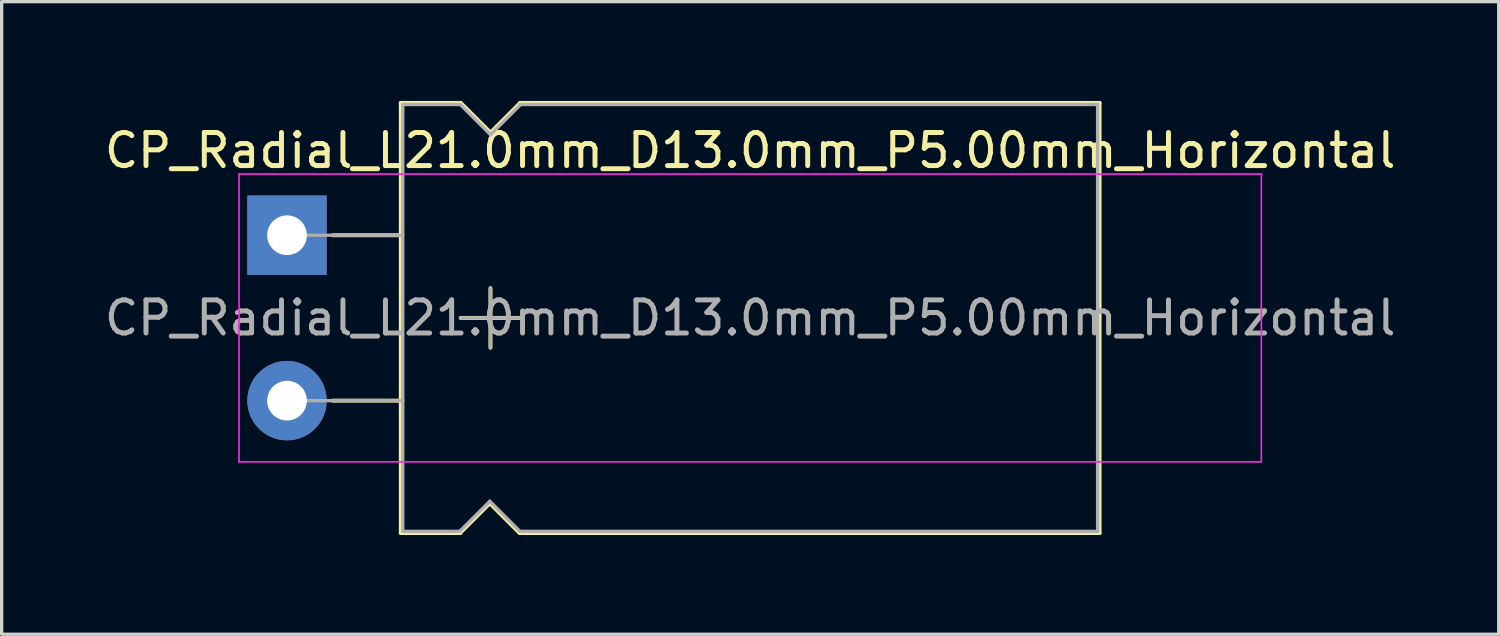
<source format=kicad_pcb>
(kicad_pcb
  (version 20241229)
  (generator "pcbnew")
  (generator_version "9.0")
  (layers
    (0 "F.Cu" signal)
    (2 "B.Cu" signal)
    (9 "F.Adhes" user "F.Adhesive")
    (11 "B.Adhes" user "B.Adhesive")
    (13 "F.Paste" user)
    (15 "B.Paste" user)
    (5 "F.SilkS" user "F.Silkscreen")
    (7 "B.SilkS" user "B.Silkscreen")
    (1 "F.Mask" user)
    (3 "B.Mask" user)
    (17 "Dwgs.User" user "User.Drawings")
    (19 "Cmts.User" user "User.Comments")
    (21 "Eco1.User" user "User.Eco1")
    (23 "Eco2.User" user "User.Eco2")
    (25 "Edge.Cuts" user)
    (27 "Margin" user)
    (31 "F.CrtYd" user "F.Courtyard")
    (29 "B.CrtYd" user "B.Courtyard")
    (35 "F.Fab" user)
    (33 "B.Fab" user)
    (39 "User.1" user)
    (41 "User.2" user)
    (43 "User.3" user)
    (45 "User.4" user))
  (footprint "CP_Radial_L21.0mm_D13.0mm_P5.00mm_Horizontal"
    (layer "F.Cu")
    (at 5.625 6.56)
    (property "Reference" "CP_Radial_L21.0mm_D13.0mm_P5.00mm_Horizontal" (at 14 -5.06 0) (layer "F.SilkS") (effects (font (size 1 1) (thickness 0.15))))
    (attr through_hole)
    (fp_line (start 1.38 -2.5) (end 3.44 -2.5) (stroke (width 0.12) (type solid)) (layer "F.SilkS"))
    (fp_line (start 1.38 2.5) (end 3.44 2.5) (stroke (width 0.12) (type solid)) (layer "F.SilkS"))
    (fp_line (start 3.44 -6.5) (end 3.44 6.5) (stroke (width 0.12) (type solid)) (layer "F.SilkS"))
    (fp_line (start 3.44 -6.5) (end 5.24 -6.5) (stroke (width 0.12) (type solid)) (layer "F.SilkS"))
    (fp_line (start 3.44 6.5) (end 5.24 6.5) (stroke (width 0.12) (type solid)) (layer "F.SilkS"))
    (fp_line (start 5.23 6.5) (end 6.13 5.6) (stroke (width 0.12) (type solid)) (layer "F.SilkS"))
    (fp_line (start 5.25 -6.5) (end 6.15 -5.6) (stroke (width 0.12) (type solid)) (layer "F.SilkS"))
    (fp_line (start 5.25 0) (end 7.05 0) (stroke (width 0.12) (type solid)) (layer "F.SilkS"))
    (fp_line (start 6.13 5.6) (end 7.03 6.5) (stroke (width 0.12) (type solid)) (layer "F.SilkS"))
    (fp_line (start 6.15 -5.6) (end 7.05 -6.5) (stroke (width 0.12) (type solid)) (layer "F.SilkS"))
    (fp_line (start 6.15 -0.9) (end 6.15 0.9) (stroke (width 0.12) (type solid)) (layer "F.SilkS"))
    (fp_line (start 7.04 -6.5) (end 24.56 -6.5) (stroke (width 0.12) (type solid)) (layer "F.SilkS"))
    (fp_line (start 7.04 6.5) (end 24.56 6.5) (stroke (width 0.12) (type solid)) (layer "F.SilkS"))
    (fp_line (start 24.56 -6.5) (end 24.56 6.5) (stroke (width 0.12) (type solid)) (layer "F.SilkS"))
    (fp_line (start -1.45 -4.35) (end -1.45 4.35) (stroke (width 0.05) (type solid)) (layer "F.CrtYd"))
    (fp_line (start -1.45 4.35) (end 29.45 4.35) (stroke (width 0.05) (type solid)) (layer "F.CrtYd"))
    (fp_line (start 29.45 -4.35) (end -1.45 -4.35) (stroke (width 0.05) (type solid)) (layer "F.CrtYd"))
    (fp_line (start 29.45 4.35) (end 29.45 -4.35) (stroke (width 0.05) (type solid)) (layer "F.CrtYd"))
    (fp_line (start 0 -2.5) (end 3.5 -2.5) (stroke (width 0.1) (type solid)) (layer "F.Fab"))
    (fp_line (start 0 2.5) (end 3.5 2.5) (stroke (width 0.1) (type solid)) (layer "F.Fab"))
    (fp_line (start 3.5 -6.45) (end 3.5 6.45) (stroke (width 0.1) (type solid)) (layer "F.Fab"))
    (fp_line (start 3.5 -6.45) (end 5.24 -6.45) (stroke (width 0.1) (type solid)) (layer "F.Fab"))
    (fp_line (start 3.5 6.45) (end 5.24 6.45) (stroke (width 0.1) (type solid)) (layer "F.Fab"))
    (fp_line (start 5.23 6.44) (end 6.13 5.54) (stroke (width 0.1) (type solid)) (layer "F.Fab"))
    (fp_line (start 5.25 -6.44) (end 6.15 -5.54) (stroke (width 0.1) (type solid)) (layer "F.Fab"))
    (fp_line (start 5.25 0) (end 7.05 0) (stroke (width 0.1) (type solid)) (layer "F.Fab"))
    (fp_line (start 6.13 5.54) (end 7.03 6.44) (stroke (width 0.1) (type solid)) (layer "F.Fab"))
    (fp_line (start 6.15 -5.54) (end 7.05 -6.44) (stroke (width 0.1) (type solid)) (layer "F.Fab"))
    (fp_line (start 6.15 -0.9) (end 6.15 0.9) (stroke (width 0.1) (type solid)) (layer "F.Fab"))
    (fp_line (start 7.04 -6.45) (end 24.5 -6.45) (stroke (width 0.1) (type solid)) (layer "F.Fab"))
    (fp_line (start 7.04 6.45) (end 24.5 6.45) (stroke (width 0.1) (type solid)) (layer "F.Fab"))
    (fp_line (start 24.5 -6.45) (end 24.5 6.45) (stroke (width 0.1) (type solid)) (layer "F.Fab"))
    (fp_text user "${REFERENCE}" (at 14 0 0) (layer "F.Fab") (effects (font (size 1 1) (thickness 0.15))))
    (pad "1" thru_hole rect (at 0 -2.5) (size 2.4 2.4) (drill 1.2) (layers "*.Cu" "*.Mask"))
    (pad "2" thru_hole oval (at 0 2.5) (size 2.4 2.4) (drill 1.2) (layers "*.Cu" "*.Mask")))
  (gr_rect
    (start -3 -3)
    (end 42.25 16.12)
    (stroke (width 0.1) (type default))
    (fill no)
    (layer "Edge.Cuts")))
</source>
